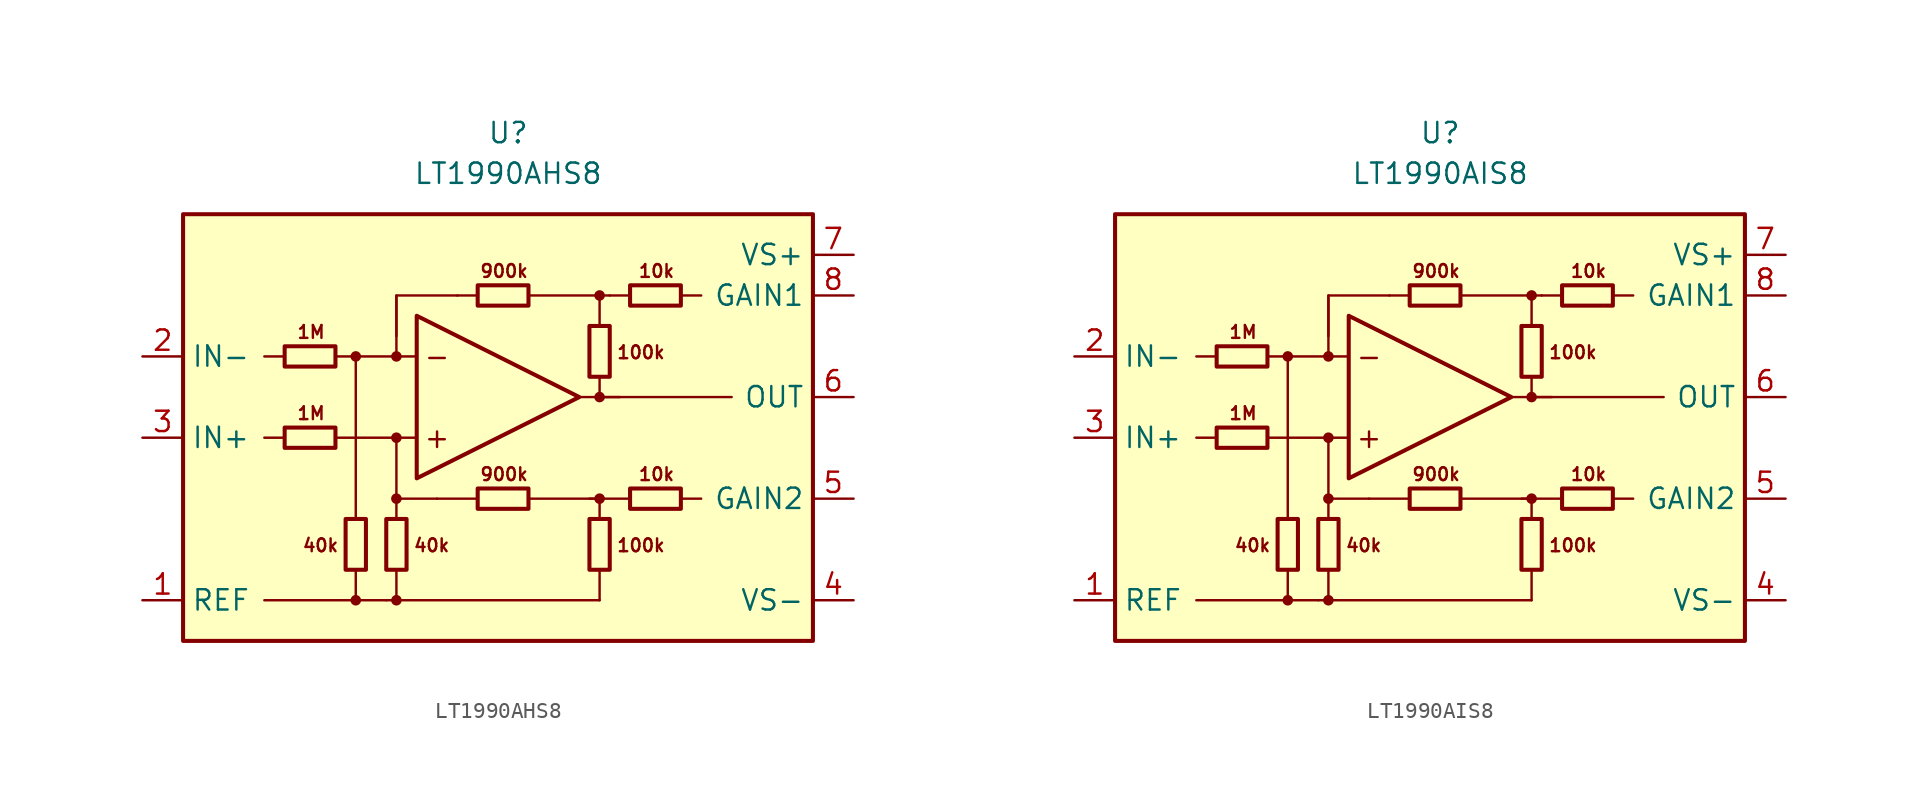
<source format=kicad_sym>
(kicad_symbol_lib
  (version 20211014)
  (generator kicad_symbol_editor)
  (symbol "LT1990AHS8"
    (property "Reference" "U"
      (at 0 19.05 0)
      (effects (font (size 1.27 1.27))))
    (property "Value" "LT1990AHS8"
      (at 0 16.51 0)
      (effects (font (size 1.27 1.27))))
    (symbol "LT1990AHS8_0_0"
      (rectangle (start -20.32 13.97) (end 19.05 -12.7) (stroke (width 0.254) (type default) (color 0 0 0 0)) (fill (type background)))
      (circle (center -9.525 -10.16) (radius 0.254) (stroke (width 0.152) (type default) (color 0 0 0 0)) (fill (type outline)))
      (circle (center -9.525 5.08) (radius 0.254) (stroke (width 0.152) (type default) (color 0 0 0 0)) (fill (type outline)))
      (circle (center -6.985 -10.16) (radius 0.254) (stroke (width 0.152) (type default) (color 0 0 0 0)) (fill (type outline)))
      (circle (center -6.985 -3.81) (radius 0.254) (stroke (width 0.152) (type default) (color 0 0 0 0)) (fill (type outline)))
      (circle (center -6.985 0) (radius 0.254) (stroke (width 0.152) (type default) (color 0 0 0 0)) (fill (type outline)))
      (circle (center -6.985 5.08) (radius 0.254) (stroke (width 0.152) (type default) (color 0 0 0 0)) (fill (type outline)))
      (polyline (pts (xy -13.97 0) (xy -15.24 0)) (stroke (width 0.152) (type default) (color 0 0 0 0)) (fill (type none)))
      (polyline (pts (xy -13.97 5.08) (xy -15.24 5.08)) (stroke (width 0.152) (type default) (color 0 0 0 0)) (fill (type none)))
      (polyline (pts (xy -9.525 -8.255) (xy -9.525 -10.16)) (stroke (width 0.152) (type default) (color 0 0 0 0)) (fill (type none)))
      (polyline (pts (xy -9.525 -5.08) (xy -9.525 5.08)) (stroke (width 0.152) (type default) (color 0 0 0 0)) (fill (type none)))
      (polyline (pts (xy -7.62 -10.16) (xy -15.24 -10.16)) (stroke (width 0.152) (type default) (color 0 0 0 0)) (fill (type none)))
      (polyline (pts (xy -6.985 -8.255) (xy -6.985 -10.16)) (stroke (width 0.152) (type default) (color 0 0 0 0)) (fill (type none)))
      (polyline (pts (xy -6.985 -3.81) (xy -6.985 0)) (stroke (width 0.152) (type default) (color 0 0 0 0)) (fill (type none)))
      (polyline (pts (xy -6.985 5.08) (xy -6.985 8.89)) (stroke (width 0.152) (type default) (color 0 0 0 0)) (fill (type none)))
      (polyline (pts (xy -5.715 0) (xy -10.795 0)) (stroke (width 0.152) (type default) (color 0 0 0 0)) (fill (type none)))
      (polyline (pts (xy -5.715 5.08) (xy -10.795 5.08)) (stroke (width 0.152) (type default) (color 0 0 0 0)) (fill (type none)))
      (polyline (pts (xy -1.905 -3.81) (xy -4.445 -3.81)) (stroke (width 0.152) (type default) (color 0 0 0 0)) (fill (type none)))
      (polyline (pts (xy -1.905 8.89) (xy -3.175 8.89)) (stroke (width 0.152) (type default) (color 0 0 0 0)) (fill (type none)))
      (polyline (pts (xy 4.445 2.54) (xy 13.97 2.54)) (stroke (width 0.152) (type default) (color 0 0 0 0)) (fill (type none)))
      (polyline (pts (xy 5.715 -10.16) (xy -7.62 -10.16)) (stroke (width 0.152) (type default) (color 0 0 0 0)) (fill (type none)))
      (polyline (pts (xy 5.715 -8.255) (xy 5.715 -10.16)) (stroke (width 0.152) (type default) (color 0 0 0 0)) (fill (type none)))
      (polyline (pts (xy 5.715 2.54) (xy 5.715 3.81)) (stroke (width 0.152) (type default) (color 0 0 0 0)) (fill (type none)))
      (polyline (pts (xy 5.715 2.54) (xy 6.985 2.54)) (stroke (width 0.152) (type default) (color 0 0 0 0)) (fill (type none)))
      (polyline (pts (xy 5.715 8.89) (xy 1.27 8.89)) (stroke (width 0.152) (type default) (color 0 0 0 0)) (fill (type none)))
      (polyline (pts (xy 7.62 -3.81) (xy 5.08 -3.81)) (stroke (width 0.152) (type default) (color 0 0 0 0)) (fill (type none)))
      (polyline (pts (xy 7.62 8.89) (xy 6.35 8.89)) (stroke (width 0.152) (type default) (color 0 0 0 0)) (fill (type none)))
      (polyline (pts (xy 10.795 -3.81) (xy 12.065 -3.81)) (stroke (width 0.152) (type default) (color 0 0 0 0)) (fill (type none)))
      (polyline (pts (xy 10.795 8.89) (xy 12.065 8.89)) (stroke (width 0.152) (type default) (color 0 0 0 0)) (fill (type none)))
      (polyline (pts (xy -4.445 -3.81) (xy -6.985 -3.81) (xy -6.985 -5.08)) (stroke (width 0.152) (type default) (color 0 0 0 0)) (fill (type none)))
      (polyline (pts (xy -3.175 8.89) (xy -6.985 8.89) (xy -6.985 6.35)) (stroke (width 0.152) (type default) (color 0 0 0 0)) (fill (type none)))
      (polyline (pts (xy 5.715 -5.08) (xy 5.715 -3.81) (xy 1.27 -3.81)) (stroke (width 0.152) (type default) (color 0 0 0 0)) (fill (type none)))
      (polyline (pts (xy 6.35 8.89) (xy 5.715 8.89) (xy 5.715 6.985)) (stroke (width 0.152) (type default) (color 0 0 0 0)) (fill (type none)))
      (circle (center 5.715 -3.81) (radius 0.254) (stroke (width 0.152) (type default) (color 0 0 0 0)) (fill (type outline)))
      (circle (center 5.715 2.54) (radius 0.254) (stroke (width 0.152) (type default) (color 0 0 0 0)) (fill (type outline)))
      (circle (center 5.715 8.89) (radius 0.254) (stroke (width 0.152) (type default) (color 0 0 0 0)) (fill (type outline)))
      (text "+" (at -4.445 0 0) (effects (font (size 1.27 1.27))))
      (text "-" (at -4.445 5.08 0) (effects (font (size 1.27 1.27))))
      (text "100k" (at 6.731 -6.731 0) (effects (font (size 0.8 0.8)) (justify left)))
      (text "100k" (at 6.731 5.334 0) (effects (font (size 0.8 0.8)) (justify left)))
      (text "10k" (at 9.271 -2.286 0) (effects (font (size 0.8 0.8))))
      (text "10k" (at 9.271 10.414 0) (effects (font (size 0.8 0.8))))
      (text "1M" (at -12.319 1.524 0) (effects (font (size 0.8 0.8))))
      (text "1M" (at -12.319 6.604 0) (effects (font (size 0.8 0.8))))
      (text "40k" (at -10.541 -6.731 0) (effects (font (size 0.8 0.8)) (justify right)))
      (text "40k" (at -5.969 -6.731 0) (effects (font (size 0.8 0.8)) (justify left)))
      (text "900k" (at -0.254 -2.286 0) (effects (font (size 0.8 0.8))))
      (text "900k" (at -0.254 10.414 0) (effects (font (size 0.8 0.8)))))
    (symbol "LT1990AHS8_0_1"
      (rectangle (start -13.97 0.635) (end -10.795 -0.635) (stroke (width 0.254) (type default) (color 0 0 0 0)) (fill (type none)))
      (rectangle (start -13.97 5.715) (end -10.795 4.445) (stroke (width 0.254) (type default) (color 0 0 0 0)) (fill (type none)))
      (rectangle (start -10.16 -5.08) (end -8.89 -8.255) (stroke (width 0.254) (type default) (color 0 0 0 0)) (fill (type none)))
      (rectangle (start -7.62 -8.255) (end -6.35 -5.08) (stroke (width 0.254) (type default) (color 0 0 0 0)) (fill (type none)))
      (rectangle (start -1.905 -3.175) (end 1.27 -4.445) (stroke (width 0.254) (type default) (color 0 0 0 0)) (fill (type none)))
      (rectangle (start -1.905 9.525) (end 1.27 8.255) (stroke (width 0.254) (type default) (color 0 0 0 0)) (fill (type none)))
      (polyline (pts (xy -5.715 7.62) (xy -5.715 -2.54) (xy 4.445 2.54) (xy -5.715 7.62)) (stroke (width 0.254) (type default) (color 0 0 0 0)) (fill (type none)))
      (rectangle (start 5.08 -8.255) (end 6.35 -5.08) (stroke (width 0.254) (type default) (color 0 0 0 0)) (fill (type none)))
      (rectangle (start 5.08 3.81) (end 6.35 6.985) (stroke (width 0.254) (type default) (color 0 0 0 0)) (fill (type none)))
      (rectangle (start 7.62 -3.175) (end 10.795 -4.445) (stroke (width 0.254) (type default) (color 0 0 0 0)) (fill (type none)))
      (rectangle (start 7.62 9.525) (end 10.795 8.255) (stroke (width 0.254) (type default) (color 0 0 0 0)) (fill (type none))))
    (symbol "LT1990AHS8_1_1"
      (pin input line (at -22.86 -10.16 0) (length 2.54) (name "REF" (effects (font (size 1.27 1.27)))) (number "1" (effects (font (size 1.27 1.27)))))
      (pin input line (at -22.86 5.08 0) (length 2.54) (name "IN-" (effects (font (size 1.27 1.27)))) (number "2" (effects (font (size 1.27 1.27)))))
      (pin input line (at -22.86 0 0) (length 2.54) (name "IN+" (effects (font (size 1.27 1.27)))) (number "3" (effects (font (size 1.27 1.27)))))
      (pin power_in line (at 21.59 -10.16 180) (length 2.54) (name "VS-" (effects (font (size 1.27 1.27)))) (number "4" (effects (font (size 1.27 1.27)))))
      (pin passive line (at 21.59 -3.81 180) (length 2.54) (name "GAIN2" (effects (font (size 1.27 1.27)))) (number "5" (effects (font (size 1.27 1.27)))))
      (pin output line (at 21.59 2.54 180) (length 2.54) (name "OUT" (effects (font (size 1.27 1.27)))) (number "6" (effects (font (size 1.27 1.27)))))
      (pin power_in line (at 21.59 11.43 180) (length 2.54) (name "VS+" (effects (font (size 1.27 1.27)))) (number "7" (effects (font (size 1.27 1.27)))))
      (pin passive line (at 21.59 8.89 180) (length 2.54) (name "GAIN1" (effects (font (size 1.27 1.27)))) (number "8" (effects (font (size 1.27 1.27)))))))
  (symbol "LT1990AIS8"
    (property "Reference" "U"
      (at 0 19.05 0)
      (effects (font (size 1.27 1.27))))
    (property "Value" "LT1990AIS8"
      (at 0 16.51 0)
      (effects (font (size 1.27 1.27))))
    (symbol "LT1990AIS8_0_0"
      (rectangle (start -20.32 13.97) (end 19.05 -12.7) (stroke (width 0.254) (type default) (color 0 0 0 0)) (fill (type background)))
      (circle (center -9.525 -10.16) (radius 0.254) (stroke (width 0.152) (type default) (color 0 0 0 0)) (fill (type outline)))
      (circle (center -9.525 5.08) (radius 0.254) (stroke (width 0.152) (type default) (color 0 0 0 0)) (fill (type outline)))
      (circle (center -6.985 -10.16) (radius 0.254) (stroke (width 0.152) (type default) (color 0 0 0 0)) (fill (type outline)))
      (circle (center -6.985 -3.81) (radius 0.254) (stroke (width 0.152) (type default) (color 0 0 0 0)) (fill (type outline)))
      (circle (center -6.985 0) (radius 0.254) (stroke (width 0.152) (type default) (color 0 0 0 0)) (fill (type outline)))
      (circle (center -6.985 5.08) (radius 0.254) (stroke (width 0.152) (type default) (color 0 0 0 0)) (fill (type outline)))
      (polyline (pts (xy -13.97 0) (xy -15.24 0)) (stroke (width 0.152) (type default) (color 0 0 0 0)) (fill (type none)))
      (polyline (pts (xy -13.97 5.08) (xy -15.24 5.08)) (stroke (width 0.152) (type default) (color 0 0 0 0)) (fill (type none)))
      (polyline (pts (xy -9.525 -8.255) (xy -9.525 -10.16)) (stroke (width 0.152) (type default) (color 0 0 0 0)) (fill (type none)))
      (polyline (pts (xy -9.525 -5.08) (xy -9.525 5.08)) (stroke (width 0.152) (type default) (color 0 0 0 0)) (fill (type none)))
      (polyline (pts (xy -7.62 -10.16) (xy -15.24 -10.16)) (stroke (width 0.152) (type default) (color 0 0 0 0)) (fill (type none)))
      (polyline (pts (xy -6.985 -8.255) (xy -6.985 -10.16)) (stroke (width 0.152) (type default) (color 0 0 0 0)) (fill (type none)))
      (polyline (pts (xy -6.985 -3.81) (xy -6.985 0)) (stroke (width 0.152) (type default) (color 0 0 0 0)) (fill (type none)))
      (polyline (pts (xy -6.985 5.08) (xy -6.985 8.89)) (stroke (width 0.152) (type default) (color 0 0 0 0)) (fill (type none)))
      (polyline (pts (xy -5.715 0) (xy -10.795 0)) (stroke (width 0.152) (type default) (color 0 0 0 0)) (fill (type none)))
      (polyline (pts (xy -5.715 5.08) (xy -10.795 5.08)) (stroke (width 0.152) (type default) (color 0 0 0 0)) (fill (type none)))
      (polyline (pts (xy -1.905 -3.81) (xy -4.445 -3.81)) (stroke (width 0.152) (type default) (color 0 0 0 0)) (fill (type none)))
      (polyline (pts (xy -1.905 8.89) (xy -3.175 8.89)) (stroke (width 0.152) (type default) (color 0 0 0 0)) (fill (type none)))
      (polyline (pts (xy 4.445 2.54) (xy 13.97 2.54)) (stroke (width 0.152) (type default) (color 0 0 0 0)) (fill (type none)))
      (polyline (pts (xy 5.715 -10.16) (xy -7.62 -10.16)) (stroke (width 0.152) (type default) (color 0 0 0 0)) (fill (type none)))
      (polyline (pts (xy 5.715 -8.255) (xy 5.715 -10.16)) (stroke (width 0.152) (type default) (color 0 0 0 0)) (fill (type none)))
      (polyline (pts (xy 5.715 2.54) (xy 5.715 3.81)) (stroke (width 0.152) (type default) (color 0 0 0 0)) (fill (type none)))
      (polyline (pts (xy 5.715 2.54) (xy 6.985 2.54)) (stroke (width 0.152) (type default) (color 0 0 0 0)) (fill (type none)))
      (polyline (pts (xy 5.715 8.89) (xy 1.27 8.89)) (stroke (width 0.152) (type default) (color 0 0 0 0)) (fill (type none)))
      (polyline (pts (xy 7.62 -3.81) (xy 5.08 -3.81)) (stroke (width 0.152) (type default) (color 0 0 0 0)) (fill (type none)))
      (polyline (pts (xy 7.62 8.89) (xy 6.35 8.89)) (stroke (width 0.152) (type default) (color 0 0 0 0)) (fill (type none)))
      (polyline (pts (xy 10.795 -3.81) (xy 12.065 -3.81)) (stroke (width 0.152) (type default) (color 0 0 0 0)) (fill (type none)))
      (polyline (pts (xy 10.795 8.89) (xy 12.065 8.89)) (stroke (width 0.152) (type default) (color 0 0 0 0)) (fill (type none)))
      (polyline (pts (xy -4.445 -3.81) (xy -6.985 -3.81) (xy -6.985 -5.08)) (stroke (width 0.152) (type default) (color 0 0 0 0)) (fill (type none)))
      (polyline (pts (xy -3.175 8.89) (xy -6.985 8.89) (xy -6.985 6.35)) (stroke (width 0.152) (type default) (color 0 0 0 0)) (fill (type none)))
      (polyline (pts (xy 5.715 -5.08) (xy 5.715 -3.81) (xy 1.27 -3.81)) (stroke (width 0.152) (type default) (color 0 0 0 0)) (fill (type none)))
      (polyline (pts (xy 6.35 8.89) (xy 5.715 8.89) (xy 5.715 6.985)) (stroke (width 0.152) (type default) (color 0 0 0 0)) (fill (type none)))
      (circle (center 5.715 -3.81) (radius 0.254) (stroke (width 0.152) (type default) (color 0 0 0 0)) (fill (type outline)))
      (circle (center 5.715 2.54) (radius 0.254) (stroke (width 0.152) (type default) (color 0 0 0 0)) (fill (type outline)))
      (circle (center 5.715 8.89) (radius 0.254) (stroke (width 0.152) (type default) (color 0 0 0 0)) (fill (type outline)))
      (text "+" (at -4.445 0 0) (effects (font (size 1.27 1.27))))
      (text "-" (at -4.445 5.08 0) (effects (font (size 1.27 1.27))))
      (text "100k" (at 6.731 -6.731 0) (effects (font (size 0.8 0.8)) (justify left)))
      (text "100k" (at 6.731 5.334 0) (effects (font (size 0.8 0.8)) (justify left)))
      (text "10k" (at 9.271 -2.286 0) (effects (font (size 0.8 0.8))))
      (text "10k" (at 9.271 10.414 0) (effects (font (size 0.8 0.8))))
      (text "1M" (at -12.319 1.524 0) (effects (font (size 0.8 0.8))))
      (text "1M" (at -12.319 6.604 0) (effects (font (size 0.8 0.8))))
      (text "40k" (at -10.541 -6.731 0) (effects (font (size 0.8 0.8)) (justify right)))
      (text "40k" (at -5.969 -6.731 0) (effects (font (size 0.8 0.8)) (justify left)))
      (text "900k" (at -0.254 -2.286 0) (effects (font (size 0.8 0.8))))
      (text "900k" (at -0.254 10.414 0) (effects (font (size 0.8 0.8)))))
    (symbol "LT1990AIS8_0_1"
      (rectangle (start -13.97 0.635) (end -10.795 -0.635) (stroke (width 0.254) (type default) (color 0 0 0 0)) (fill (type none)))
      (rectangle (start -13.97 5.715) (end -10.795 4.445) (stroke (width 0.254) (type default) (color 0 0 0 0)) (fill (type none)))
      (rectangle (start -10.16 -5.08) (end -8.89 -8.255) (stroke (width 0.254) (type default) (color 0 0 0 0)) (fill (type none)))
      (rectangle (start -7.62 -8.255) (end -6.35 -5.08) (stroke (width 0.254) (type default) (color 0 0 0 0)) (fill (type none)))
      (rectangle (start -1.905 -3.175) (end 1.27 -4.445) (stroke (width 0.254) (type default) (color 0 0 0 0)) (fill (type none)))
      (rectangle (start -1.905 9.525) (end 1.27 8.255) (stroke (width 0.254) (type default) (color 0 0 0 0)) (fill (type none)))
      (polyline (pts (xy -5.715 7.62) (xy -5.715 -2.54) (xy 4.445 2.54) (xy -5.715 7.62)) (stroke (width 0.254) (type default) (color 0 0 0 0)) (fill (type none)))
      (rectangle (start 5.08 -8.255) (end 6.35 -5.08) (stroke (width 0.254) (type default) (color 0 0 0 0)) (fill (type none)))
      (rectangle (start 5.08 3.81) (end 6.35 6.985) (stroke (width 0.254) (type default) (color 0 0 0 0)) (fill (type none)))
      (rectangle (start 7.62 -3.175) (end 10.795 -4.445) (stroke (width 0.254) (type default) (color 0 0 0 0)) (fill (type none)))
      (rectangle (start 7.62 9.525) (end 10.795 8.255) (stroke (width 0.254) (type default) (color 0 0 0 0)) (fill (type none))))
    (symbol "LT1990AIS8_1_1"
      (pin input line (at -22.86 -10.16 0) (length 2.54) (name "REF" (effects (font (size 1.27 1.27)))) (number "1" (effects (font (size 1.27 1.27)))))
      (pin input line (at -22.86 5.08 0) (length 2.54) (name "IN-" (effects (font (size 1.27 1.27)))) (number "2" (effects (font (size 1.27 1.27)))))
      (pin input line (at -22.86 0 0) (length 2.54) (name "IN+" (effects (font (size 1.27 1.27)))) (number "3" (effects (font (size 1.27 1.27)))))
      (pin power_in line (at 21.59 -10.16 180) (length 2.54) (name "VS-" (effects (font (size 1.27 1.27)))) (number "4" (effects (font (size 1.27 1.27)))))
      (pin passive line (at 21.59 -3.81 180) (length 2.54) (name "GAIN2" (effects (font (size 1.27 1.27)))) (number "5" (effects (font (size 1.27 1.27)))))
      (pin output line (at 21.59 2.54 180) (length 2.54) (name "OUT" (effects (font (size 1.27 1.27)))) (number "6" (effects (font (size 1.27 1.27)))))
      (pin power_in line (at 21.59 11.43 180) (length 2.54) (name "VS+" (effects (font (size 1.27 1.27)))) (number "7" (effects (font (size 1.27 1.27)))))
      (pin passive line (at 21.59 8.89 180) (length 2.54) (name "GAIN1" (effects (font (size 1.27 1.27)))) (number "8" (effects (font (size 1.27 1.27))))))))
</source>
